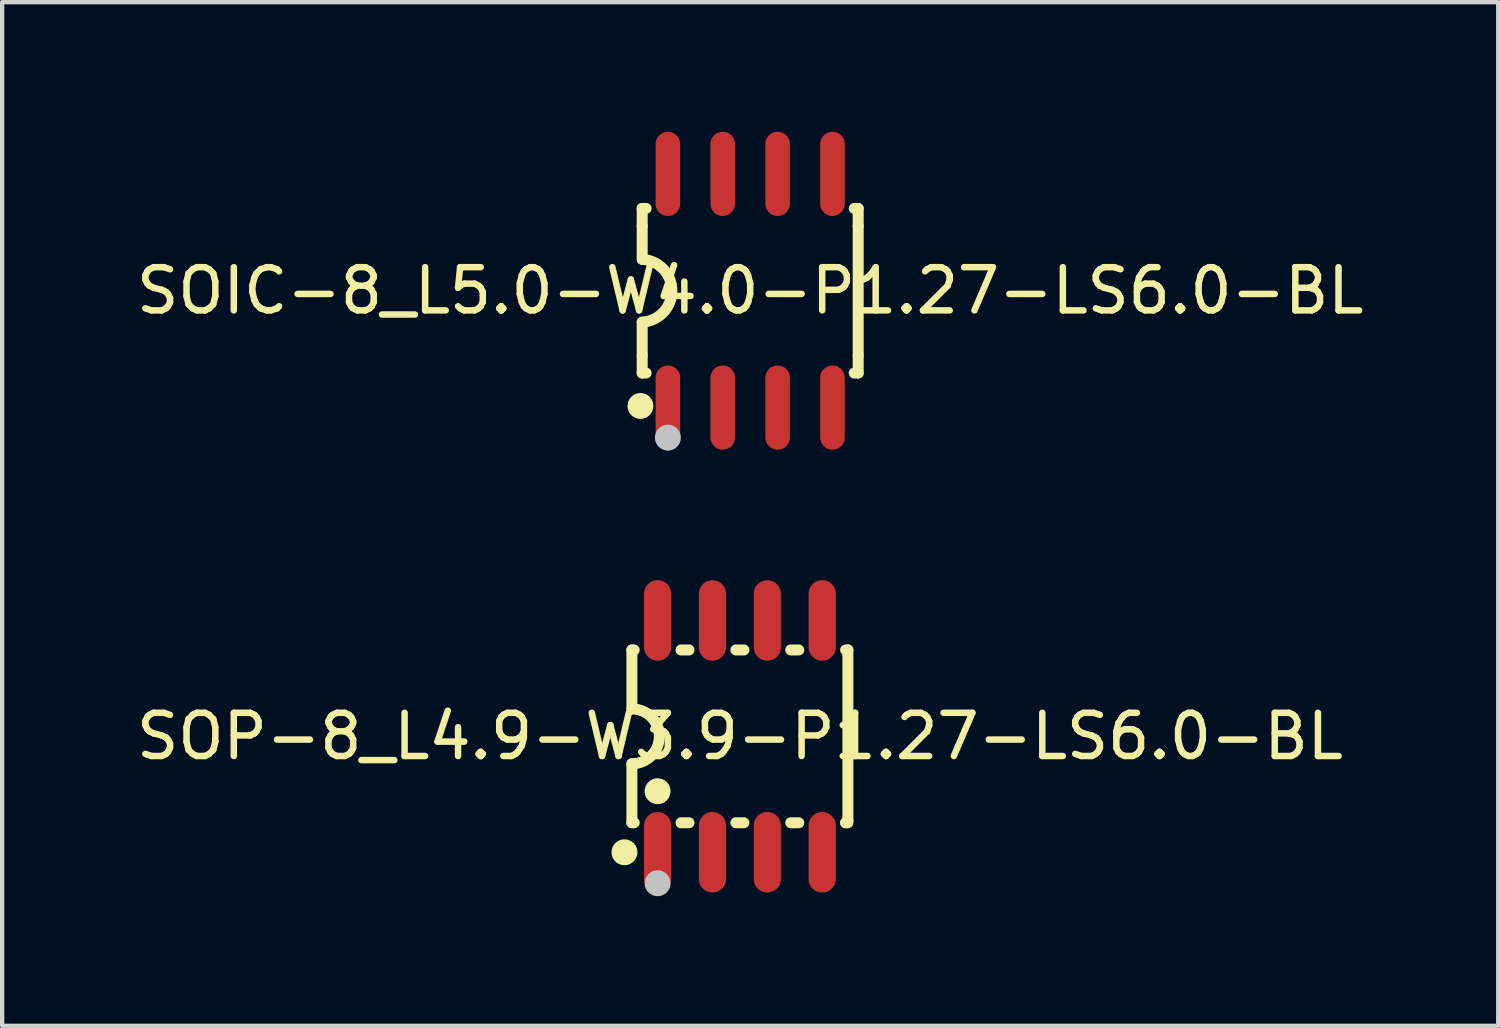
<source format=kicad_pcb>
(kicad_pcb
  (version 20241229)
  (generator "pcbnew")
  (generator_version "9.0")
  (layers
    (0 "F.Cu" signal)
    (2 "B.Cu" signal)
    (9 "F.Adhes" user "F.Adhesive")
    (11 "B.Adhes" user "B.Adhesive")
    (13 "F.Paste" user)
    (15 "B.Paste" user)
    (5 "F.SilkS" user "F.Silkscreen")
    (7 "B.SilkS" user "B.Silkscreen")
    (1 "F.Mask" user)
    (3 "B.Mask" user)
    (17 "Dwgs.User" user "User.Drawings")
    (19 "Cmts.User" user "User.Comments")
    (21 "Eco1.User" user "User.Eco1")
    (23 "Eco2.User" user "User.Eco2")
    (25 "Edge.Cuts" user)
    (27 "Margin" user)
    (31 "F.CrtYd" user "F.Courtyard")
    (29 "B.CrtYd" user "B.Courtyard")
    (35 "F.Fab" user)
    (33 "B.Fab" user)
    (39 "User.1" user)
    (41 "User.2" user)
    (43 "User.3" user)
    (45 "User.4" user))
  (footprint "SOIC-8_L5.0-W4.0-P1.27-LS6.0-BL"
    (layer "F.Cu")
    (at 14.315 3.68)
    (property "Reference" "SOIC-8_L5.0-W4.0-P1.27-LS6.0-BL" (at 0 0 0) (layer "F.SilkS") (effects (font (size 1 1) (thickness 0.15))))
    (fp_line (start -2.5 -1.905) (end -2.409 -1.905) (stroke (width 0.254) (type default)) (layer "F.SilkS"))
    (fp_line (start -2.5 -1.5) (end -2.5 -1.905) (stroke (width 0.254) (type default)) (layer "F.SilkS"))
    (fp_line (start -2.5 -1.5) (end -2.5 -0.727) (stroke (width 0.254) (type default)) (layer "F.SilkS"))
    (fp_line (start -2.5 1.5) (end -2.5 0.727) (stroke (width 0.254) (type default)) (layer "F.SilkS"))
    (fp_line (start -2.5 1.5) (end -2.5 1.905) (stroke (width 0.254) (type default)) (layer "F.SilkS"))
    (fp_line (start -2.5 1.905) (end -2.409 1.905) (stroke (width 0.254) (type default)) (layer "F.SilkS"))
    (fp_line (start 2.5 -1.905) (end 2.409 -1.905) (stroke (width 0.254) (type default)) (layer "F.SilkS"))
    (fp_line (start 2.5 -1.5) (end 2.5 -1.905) (stroke (width 0.254) (type default)) (layer "F.SilkS"))
    (fp_line (start 2.5 -1.5) (end 2.5 1.5) (stroke (width 0.254) (type default)) (layer "F.SilkS"))
    (fp_line (start 2.5 1.5) (end 2.5 1.905) (stroke (width 0.254) (type default)) (layer "F.SilkS"))
    (fp_line (start 2.5 1.905) (end 2.409 1.905) (stroke (width 0.254) (type default)) (layer "F.SilkS"))
    (fp_arc (start -2.495 -0.7265) (mid -1.812112 0.002496) (end -2.5 0.7265) (stroke (width 0.254) (type default)) (layer "F.SilkS"))
    (fp_circle (center -2.54 2.667) (end -2.39 2.667) (stroke (width 0.3) (type default)) (fill no) (layer "F.SilkS"))
    (fp_circle (center -1.905 3.4) (end -1.755 3.4) (stroke (width 0.3) (type default)) (fill no) (layer "Dwgs.User"))
    (fp_poly (pts (xy -2.11 -2.165) (xy -2.11 -3) (xy -1.7 -3) (xy -1.7 -2.165)) (stroke (width 0.1) (type default)) (fill no) (layer "User.1"))
    (fp_poly (pts (xy -2.11 -1.94) (xy -2.11 -2.175) (xy -1.7 -2.175) (xy -1.7 -1.94)) (stroke (width 0.1) (type default)) (fill no) (layer "User.1"))
    (fp_poly (pts (xy -2.11 2.175) (xy -2.11 1.94) (xy -1.7 1.94) (xy -1.7 2.175)) (stroke (width 0.1) (type default)) (fill no) (layer "User.1"))
    (fp_poly (pts (xy -2.11 3) (xy -2.11 2.165) (xy -1.7 2.165) (xy -1.7 3)) (stroke (width 0.1) (type default)) (fill no) (layer "User.1"))
    (fp_poly (pts (xy -0.84 -2.165) (xy -0.84 -3) (xy -0.43 -3) (xy -0.43 -2.165)) (stroke (width 0.1) (type default)) (fill no) (layer "User.1"))
    (fp_poly (pts (xy -0.84 -1.94) (xy -0.84 -2.175) (xy -0.43 -2.175) (xy -0.43 -1.94)) (stroke (width 0.1) (type default)) (fill no) (layer "User.1"))
    (fp_poly (pts (xy -0.84 2.175) (xy -0.84 1.94) (xy -0.43 1.94) (xy -0.43 2.175)) (stroke (width 0.1) (type default)) (fill no) (layer "User.1"))
    (fp_poly (pts (xy -0.84 3) (xy -0.84 2.165) (xy -0.43 2.165) (xy -0.43 3)) (stroke (width 0.1) (type default)) (fill no) (layer "User.1"))
    (fp_poly (pts (xy 0.43 -2.165) (xy 0.43 -3) (xy 0.84 -3) (xy 0.84 -2.165)) (stroke (width 0.1) (type default)) (fill no) (layer "User.1"))
    (fp_poly (pts (xy 0.43 -1.94) (xy 0.43 -2.175) (xy 0.84 -2.175) (xy 0.84 -1.94)) (stroke (width 0.1) (type default)) (fill no) (layer "User.1"))
    (fp_poly (pts (xy 0.43 2.175) (xy 0.43 1.94) (xy 0.84 1.94) (xy 0.84 2.175)) (stroke (width 0.1) (type default)) (fill no) (layer "User.1"))
    (fp_poly (pts (xy 0.43 3) (xy 0.43 2.165) (xy 0.84 2.165) (xy 0.84 3)) (stroke (width 0.1) (type default)) (fill no) (layer "User.1"))
    (fp_poly (pts (xy 1.7 -2.165) (xy 1.7 -3) (xy 2.11 -3) (xy 2.11 -2.165)) (stroke (width 0.1) (type default)) (fill no) (layer "User.1"))
    (fp_poly (pts (xy 1.7 -1.94) (xy 1.7 -2.175) (xy 2.11 -2.175) (xy 2.11 -1.94)) (stroke (width 0.1) (type default)) (fill no) (layer "User.1"))
    (fp_poly (pts (xy 1.7 2.175) (xy 1.7 1.94) (xy 2.11 1.94) (xy 2.11 2.175)) (stroke (width 0.1) (type default)) (fill no) (layer "User.1"))
    (fp_poly (pts (xy 1.7 3) (xy 1.7 2.165) (xy 2.11 2.165) (xy 2.11 3)) (stroke (width 0.1) (type default)) (fill no) (layer "User.1"))
    (fp_line (start -2.5 -2) (end 2.5 -2) (stroke (width 0.051) (type default)) (layer "User.2"))
    (fp_line (start -2.5 2) (end -2.5 -2) (stroke (width 0.051) (type default)) (layer "User.2"))
    (fp_line (start 2.5 -2) (end 2.5 2) (stroke (width 0.051) (type default)) (layer "User.2"))
    (fp_line (start 2.5 2) (end -2.5 2) (stroke (width 0.051) (type default)) (layer "User.2"))
    (fp_poly (pts (xy -2.36 3) (xy -2.378 2.958) (xy -2.42 2.94) (xy -2.462 2.958) (xy -2.48 3) (xy -2.462 3.042) (xy -2.42 3.06) (xy -2.378 3.042)) (stroke (width 0.1) (type default)) (fill no) (layer "User.3"))
    (pad "1" smd oval (at -1.905 2.705) (size 0.569 1.95) (layers "F.Cu" "F.Mask" "F.Paste"))
    (pad "2" smd oval (at -0.635 2.705) (size 0.569 1.95) (layers "F.Cu" "F.Mask" "F.Paste"))
    (pad "3" smd oval (at 0.635 2.705) (size 0.569 1.95) (layers "F.Cu" "F.Mask" "F.Paste"))
    (pad "4" smd oval (at 1.905 2.705) (size 0.569 1.95) (layers "F.Cu" "F.Mask" "F.Paste"))
    (pad "5" smd oval (at 1.905 -2.705) (size 0.569 1.95) (layers "F.Cu" "F.Mask" "F.Paste"))
    (pad "6" smd oval (at 0.635 -2.705) (size 0.569 1.95) (layers "F.Cu" "F.Mask" "F.Paste"))
    (pad "7" smd oval (at -0.635 -2.705) (size 0.569 1.95) (layers "F.Cu" "F.Mask" "F.Paste"))
    (pad "8" smd oval (at -1.905 -2.705) (size 0.569 1.95) (layers "F.Cu" "F.Mask" "F.Paste")))
  (footprint "SOP-8_L4.9-W3.9-P1.27-LS6.0-BL"
    (layer "F.Cu")
    (at 14.077 13.995)
    (property "Reference" "SOP-8_L4.9-W3.9-P1.27-LS6.0-BL" (at 0 0 0) (layer "F.SilkS") (effects (font (size 1 1) (thickness 0.15))))
    (fp_line (start -2.5 -2) (end -2.5 -0.635) (stroke (width 0.254) (type default)) (layer "F.SilkS"))
    (fp_line (start -2.5 -2) (end -2.447 -2) (stroke (width 0.254) (type default)) (layer "F.SilkS"))
    (fp_line (start -2.5 2) (end -2.5 0.635) (stroke (width 0.254) (type default)) (layer "F.SilkS"))
    (fp_line (start -2.5 2) (end -2.447 2) (stroke (width 0.254) (type default)) (layer "F.SilkS"))
    (fp_line (start -1.363 -2) (end -1.177 -2) (stroke (width 0.254) (type default)) (layer "F.SilkS"))
    (fp_line (start -1.363 2) (end -1.177 2) (stroke (width 0.254) (type default)) (layer "F.SilkS"))
    (fp_line (start -0.093 -2) (end 0.093 -2) (stroke (width 0.254) (type default)) (layer "F.SilkS"))
    (fp_line (start -0.093 2) (end 0.093 2) (stroke (width 0.254) (type default)) (layer "F.SilkS"))
    (fp_line (start 1.177 -2) (end 1.363 -2) (stroke (width 0.254) (type default)) (layer "F.SilkS"))
    (fp_line (start 1.177 2) (end 1.363 2) (stroke (width 0.254) (type default)) (layer "F.SilkS"))
    (fp_line (start 2.447 -2) (end 2.5 -2) (stroke (width 0.254) (type default)) (layer "F.SilkS"))
    (fp_line (start 2.447 2) (end 2.5 2) (stroke (width 0.254) (type default)) (layer "F.SilkS"))
    (fp_line (start 2.5 -2) (end 2.5 1.947) (stroke (width 0.254) (type default)) (layer "F.SilkS"))
    (fp_line (start 2.5 1.947) (end 2.447 2) (stroke (width 0.254) (type default)) (layer "F.SilkS"))
    (fp_arc (start -2.4995 -0.635) (mid -1.8645 0.00025) (end -2.5 0.635) (stroke (width 0.254) (type default)) (layer "F.SilkS"))
    (fp_circle (center -2.672 2.683) (end -2.522 2.683) (stroke (width 0.3) (type default)) (fill no) (layer "F.SilkS"))
    (fp_circle (center -1.905 1.27) (end -1.755 1.27) (stroke (width 0.3) (type default)) (fill no) (layer "F.SilkS"))
    (fp_circle (center -1.905 3.4) (end -1.755 3.4) (stroke (width 0.3) (type default)) (fill no) (layer "Dwgs.User"))
    (fp_poly (pts (xy -2.115 -2.165) (xy -2.115 -3) (xy -1.695 -3) (xy -1.695 -2.165)) (stroke (width 0.1) (type default)) (fill no) (layer "User.1"))
    (fp_poly (pts (xy -2.115 -1.94) (xy -2.115 -2.175) (xy -1.695 -2.175) (xy -1.695 -1.94)) (stroke (width 0.1) (type default)) (fill no) (layer "User.1"))
    (fp_poly (pts (xy -2.115 2.175) (xy -2.115 1.94) (xy -1.695 1.94) (xy -1.695 2.175)) (stroke (width 0.1) (type default)) (fill no) (layer "User.1"))
    (fp_poly (pts (xy -2.115 3) (xy -2.115 2.165) (xy -1.695 2.165) (xy -1.695 3)) (stroke (width 0.1) (type default)) (fill no) (layer "User.1"))
    (fp_poly (pts (xy -0.845 -2.165) (xy -0.845 -3) (xy -0.425 -3) (xy -0.425 -2.165)) (stroke (width 0.1) (type default)) (fill no) (layer "User.1"))
    (fp_poly (pts (xy -0.845 -1.94) (xy -0.845 -2.175) (xy -0.425 -2.175) (xy -0.425 -1.94)) (stroke (width 0.1) (type default)) (fill no) (layer "User.1"))
    (fp_poly (pts (xy -0.845 2.175) (xy -0.845 1.94) (xy -0.425 1.94) (xy -0.425 2.175)) (stroke (width 0.1) (type default)) (fill no) (layer "User.1"))
    (fp_poly (pts (xy -0.845 3) (xy -0.845 2.165) (xy -0.425 2.165) (xy -0.425 3)) (stroke (width 0.1) (type default)) (fill no) (layer "User.1"))
    (fp_poly (pts (xy 0.425 -2.165) (xy 0.425 -3) (xy 0.845 -3) (xy 0.845 -2.165)) (stroke (width 0.1) (type default)) (fill no) (layer "User.1"))
    (fp_poly (pts (xy 0.425 -1.94) (xy 0.425 -2.175) (xy 0.845 -2.175) (xy 0.845 -1.94)) (stroke (width 0.1) (type default)) (fill no) (layer "User.1"))
    (fp_poly (pts (xy 0.425 2.175) (xy 0.425 1.94) (xy 0.845 1.94) (xy 0.845 2.175)) (stroke (width 0.1) (type default)) (fill no) (layer "User.1"))
    (fp_poly (pts (xy 0.425 3) (xy 0.425 2.165) (xy 0.845 2.165) (xy 0.845 3)) (stroke (width 0.1) (type default)) (fill no) (layer "User.1"))
    (fp_poly (pts (xy 1.695 -2.165) (xy 1.695 -3) (xy 2.115 -3) (xy 2.115 -2.165)) (stroke (width 0.1) (type default)) (fill no) (layer "User.1"))
    (fp_poly (pts (xy 1.695 -1.94) (xy 1.695 -2.175) (xy 2.115 -2.175) (xy 2.115 -1.94)) (stroke (width 0.1) (type default)) (fill no) (layer "User.1"))
    (fp_poly (pts (xy 1.695 2.175) (xy 1.695 1.94) (xy 2.115 1.94) (xy 2.115 2.175)) (stroke (width 0.1) (type default)) (fill no) (layer "User.1"))
    (fp_poly (pts (xy 1.695 3) (xy 1.695 2.165) (xy 2.115 2.165) (xy 2.115 3)) (stroke (width 0.1) (type default)) (fill no) (layer "User.1"))
    (fp_line (start -2.45 -1.95) (end 2.45 -1.95) (stroke (width 0.051) (type default)) (layer "User.2"))
    (fp_line (start -2.45 1.95) (end -2.45 -1.95) (stroke (width 0.051) (type default)) (layer "User.2"))
    (fp_line (start 2.45 -1.95) (end 2.45 1.95) (stroke (width 0.051) (type default)) (layer "User.2"))
    (fp_line (start 2.45 1.95) (end -2.45 1.95) (stroke (width 0.051) (type default)) (layer "User.2"))
    (fp_poly (pts (xy -2.39 3) (xy -2.408 2.958) (xy -2.45 2.94) (xy -2.492 2.958) (xy -2.51 3) (xy -2.492 3.042) (xy -2.45 3.06) (xy -2.408 3.042)) (stroke (width 0.1) (type default)) (fill no) (layer "User.3"))
    (pad "1" smd oval (at -1.905 2.683) (size 0.63 1.865) (layers "F.Cu" "F.Mask" "F.Paste"))
    (pad "2" smd oval (at -0.635 2.683) (size 0.63 1.865) (layers "F.Cu" "F.Mask" "F.Paste"))
    (pad "3" smd oval (at 0.635 2.683) (size 0.63 1.865) (layers "F.Cu" "F.Mask" "F.Paste"))
    (pad "4" smd oval (at 1.905 2.683) (size 0.63 1.865) (layers "F.Cu" "F.Mask" "F.Paste"))
    (pad "5" smd oval (at 1.905 -2.683) (size 0.63 1.865) (layers "F.Cu" "F.Mask" "F.Paste"))
    (pad "6" smd oval (at 0.635 -2.683) (size 0.63 1.865) (layers "F.Cu" "F.Mask" "F.Paste"))
    (pad "7" smd oval (at -0.635 -2.683) (size 0.63 1.865) (layers "F.Cu" "F.Mask" "F.Paste"))
    (pad "8" smd oval (at -1.905 -2.683) (size 0.63 1.865) (layers "F.Cu" "F.Mask" "F.Paste")))
  (gr_rect
    (start -3 -3)
    (end 31.631 20.695)
    (stroke (width 0.1) (type default))
    (fill no)
    (layer "Edge.Cuts")))
</source>
